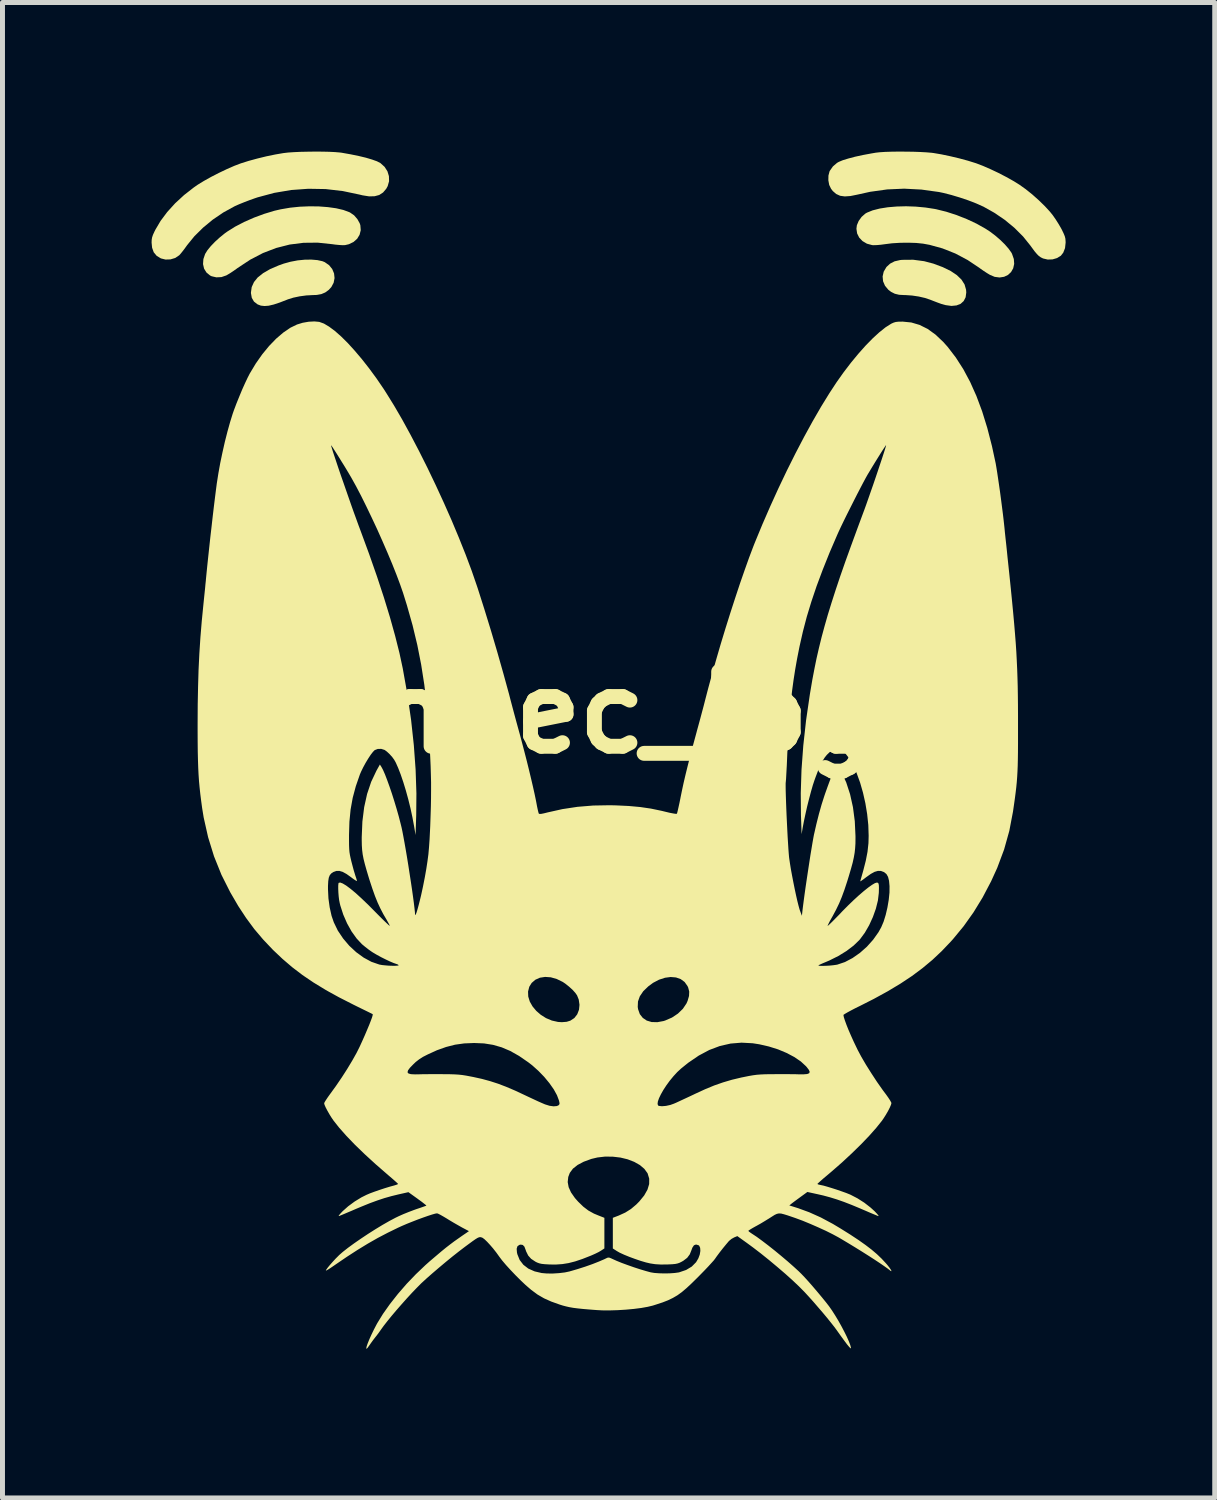
<source format=kicad_pcb>
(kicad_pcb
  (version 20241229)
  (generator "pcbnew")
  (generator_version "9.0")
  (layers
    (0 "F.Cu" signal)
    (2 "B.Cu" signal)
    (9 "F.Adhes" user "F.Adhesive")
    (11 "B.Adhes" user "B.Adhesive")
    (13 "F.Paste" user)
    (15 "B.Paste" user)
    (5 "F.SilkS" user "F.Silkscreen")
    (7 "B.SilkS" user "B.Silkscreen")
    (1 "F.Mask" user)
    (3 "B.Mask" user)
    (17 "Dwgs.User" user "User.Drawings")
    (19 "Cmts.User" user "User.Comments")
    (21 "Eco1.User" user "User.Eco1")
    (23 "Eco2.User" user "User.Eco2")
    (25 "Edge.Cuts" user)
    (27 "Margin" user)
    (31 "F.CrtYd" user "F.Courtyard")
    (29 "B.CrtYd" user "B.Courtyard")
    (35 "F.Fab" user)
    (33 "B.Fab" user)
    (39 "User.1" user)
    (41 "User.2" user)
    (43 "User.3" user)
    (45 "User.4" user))
  (footprint "fennec_logo"
    (layer "F.Cu")
    (at 9.195 11.286)
    (property "Reference" "fennec_logo" (at 0 0 0) (layer "F.SilkS") (effects (font (size 1.5 1.5) (thickness 0.3))))
    (attr board_only exclude_from_pos_files exclude_from_bom)
    (fp_poly (pts (xy 6.348 -9.081) (xy 6.534 -9.032) (xy 6.724 -8.961) (xy 6.882 -8.884) (xy 7.007 -8.8) (xy 7.1 -8.71) (xy 7.162 -8.612) (xy 7.192 -8.507) (xy 7.196 -8.452) (xy 7.183 -8.355) (xy 7.144 -8.279) (xy 7.082 -8.223) (xy 7 -8.191) (xy 6.898 -8.181) (xy 6.781 -8.197) (xy 6.697 -8.22) (xy 6.617 -8.249) (xy 6.531 -8.282) (xy 6.47 -8.306) (xy 6.366 -8.341) (xy 6.24 -8.37) (xy 6.106 -8.39) (xy 5.976 -8.399) (xy 5.954 -8.399) (xy 5.845 -8.405) (xy 5.758 -8.426) (xy 5.683 -8.464) (xy 5.629 -8.505) (xy 5.561 -8.586) (xy 5.522 -8.677) (xy 5.513 -8.774) (xy 5.535 -8.871) (xy 5.589 -8.962) (xy 5.591 -8.965) (xy 5.664 -9.032) (xy 5.753 -9.078) (xy 5.866 -9.104) (xy 5.909 -9.108) (xy 6.128 -9.11)) (stroke (width 0) (type solid)) (fill yes) (layer "F.SilkS"))
    (fp_poly (pts (xy -5.86 -9.103) (xy -5.759 -9.081) (xy -5.712 -9.062) (xy -5.624 -9.001) (xy -5.561 -8.923) (xy -5.524 -8.835) (xy -5.514 -8.741) (xy -5.532 -8.648) (xy -5.578 -8.561) (xy -5.629 -8.505) (xy -5.701 -8.452) (xy -5.779 -8.419) (xy -5.871 -8.402) (xy -5.954 -8.399) (xy -6.082 -8.392) (xy -6.216 -8.374) (xy -6.344 -8.347) (xy -6.453 -8.313) (xy -6.47 -8.306) (xy -6.617 -8.249) (xy -6.738 -8.209) (xy -6.84 -8.185) (xy -6.924 -8.179) (xy -6.997 -8.187) (xy -7.06 -8.211) (xy -7.064 -8.213) (xy -7.135 -8.268) (xy -7.179 -8.343) (xy -7.196 -8.438) (xy -7.196 -8.452) (xy -7.181 -8.56) (xy -7.135 -8.661) (xy -7.059 -8.755) (xy -6.95 -8.841) (xy -6.81 -8.922) (xy -6.638 -8.996) (xy -6.534 -9.033) (xy -6.399 -9.07) (xy -6.257 -9.097) (xy -6.115 -9.111) (xy -5.981 -9.113)) (stroke (width 0) (type solid)) (fill yes) (layer "F.SilkS"))
    (fp_poly (pts (xy -5.832 -10.183) (xy -5.65 -10.169) (xy -5.484 -10.146) (xy -5.338 -10.112) (xy -5.218 -10.068) (xy -5.199 -10.058) (xy -5.121 -10.004) (xy -5.055 -9.928) (xy -5.008 -9.843) (xy -4.995 -9.805) (xy -4.987 -9.705) (xy -5.01 -9.613) (xy -5.059 -9.532) (xy -5.133 -9.467) (xy -5.227 -9.422) (xy -5.304 -9.404) (xy -5.351 -9.403) (xy -5.421 -9.407) (xy -5.503 -9.415) (xy -5.56 -9.423) (xy -5.853 -9.454) (xy -6.138 -9.451) (xy -6.416 -9.416) (xy -6.687 -9.347) (xy -6.952 -9.246) (xy -7.211 -9.111) (xy -7.466 -8.943) (xy -7.475 -8.936) (xy -7.544 -8.887) (xy -7.613 -8.841) (xy -7.672 -8.806) (xy -7.691 -8.795) (xy -7.79 -8.761) (xy -7.892 -8.756) (xy -7.987 -8.778) (xy -8.018 -8.793) (xy -8.091 -8.853) (xy -8.139 -8.931) (xy -8.16 -9.022) (xy -8.153 -9.123) (xy -8.118 -9.226) (xy -8.116 -9.23) (xy -8.071 -9.302) (xy -8.003 -9.385) (xy -7.917 -9.474) (xy -7.819 -9.563) (xy -7.716 -9.646) (xy -7.675 -9.675) (xy -7.516 -9.775) (xy -7.333 -9.87) (xy -7.133 -9.958) (xy -6.927 -10.034) (xy -6.722 -10.096) (xy -6.596 -10.125) (xy -6.41 -10.157) (xy -6.217 -10.177) (xy -6.022 -10.185)) (stroke (width 0) (type solid)) (fill yes) (layer "F.SilkS"))
    (fp_poly (pts (xy 6.18 -10.179) (xy 6.374 -10.161) (xy 6.562 -10.132) (xy 6.596 -10.125) (xy 6.794 -10.076) (xy 7.001 -10.009) (xy 7.206 -9.928) (xy 7.401 -9.837) (xy 7.576 -9.739) (xy 7.675 -9.675) (xy 7.779 -9.596) (xy 7.88 -9.509) (xy 7.971 -9.42) (xy 8.047 -9.333) (xy 8.102 -9.256) (xy 8.116 -9.23) (xy 8.153 -9.124) (xy 8.16 -9.026) (xy 8.14 -8.937) (xy 8.097 -8.862) (xy 8.035 -8.804) (xy 7.957 -8.767) (xy 7.866 -8.753) (xy 7.767 -8.766) (xy 7.672 -8.806) (xy 7.614 -8.841) (xy 7.542 -8.888) (xy 7.472 -8.937) (xy 7.461 -8.946) (xy 7.224 -9.104) (xy 6.975 -9.236) (xy 6.718 -9.338) (xy 6.457 -9.41) (xy 6.325 -9.434) (xy 6.188 -9.448) (xy 6.031 -9.453) (xy 5.865 -9.451) (xy 5.702 -9.441) (xy 5.56 -9.423) (xy 5.477 -9.412) (xy 5.398 -9.405) (xy 5.334 -9.403) (xy 5.304 -9.404) (xy 5.197 -9.433) (xy 5.109 -9.485) (xy 5.042 -9.555) (xy 5 -9.639) (xy 4.986 -9.734) (xy 4.995 -9.805) (xy 5.031 -9.89) (xy 5.09 -9.972) (xy 5.163 -10.037) (xy 5.199 -10.058) (xy 5.313 -10.104) (xy 5.455 -10.14) (xy 5.618 -10.166) (xy 5.797 -10.181) (xy 5.986 -10.186)) (stroke (width 0) (type solid)) (fill yes) (layer "F.SilkS"))
    (fp_poly (pts (xy -5.757 -11.285) (xy -5.622 -11.282) (xy -5.503 -11.276) (xy -5.409 -11.268) (xy -5.376 -11.264) (xy -5.195 -11.232) (xy -5.029 -11.198) (xy -4.883 -11.163) (xy -4.759 -11.126) (xy -4.661 -11.091) (xy -4.593 -11.056) (xy -4.589 -11.053) (xy -4.507 -10.979) (xy -4.45 -10.89) (xy -4.42 -10.792) (xy -4.417 -10.69) (xy -4.445 -10.591) (xy -4.474 -10.538) (xy -4.538 -10.463) (xy -4.615 -10.413) (xy -4.707 -10.388) (xy -4.818 -10.385) (xy -4.95 -10.406) (xy -5.007 -10.42) (xy -5.348 -10.492) (xy -5.693 -10.532) (xy -6.041 -10.538) (xy -6.387 -10.513) (xy -6.729 -10.455) (xy -7.064 -10.365) (xy -7.12 -10.346) (xy -7.224 -10.309) (xy -7.331 -10.268) (xy -7.43 -10.228) (xy -7.512 -10.192) (xy -7.53 -10.183) (xy -7.752 -10.061) (xy -7.964 -9.917) (xy -8.159 -9.756) (xy -8.333 -9.584) (xy -8.479 -9.405) (xy -8.484 -9.398) (xy -8.533 -9.33) (xy -8.58 -9.269) (xy -8.618 -9.223) (xy -8.639 -9.2) (xy -8.719 -9.146) (xy -8.815 -9.117) (xy -8.916 -9.114) (xy -9.008 -9.137) (xy -9.093 -9.189) (xy -9.152 -9.26) (xy -9.185 -9.352) (xy -9.195 -9.455) (xy -9.193 -9.511) (xy -9.185 -9.559) (xy -9.168 -9.61) (xy -9.139 -9.674) (xy -9.119 -9.714) (xy -9.014 -9.892) (xy -8.88 -10.071) (xy -8.721 -10.246) (xy -8.541 -10.412) (xy -8.345 -10.565) (xy -8.266 -10.62) (xy -8.142 -10.696) (xy -7.997 -10.777) (xy -7.839 -10.858) (xy -7.68 -10.934) (xy -7.529 -11) (xy -7.4 -11.049) (xy -7.245 -11.098) (xy -7.069 -11.146) (xy -6.885 -11.191) (xy -6.706 -11.228) (xy -6.543 -11.256) (xy -6.542 -11.256) (xy -6.449 -11.267) (xy -6.331 -11.275) (xy -6.196 -11.281) (xy -6.051 -11.284) (xy -5.903 -11.286)) (stroke (width 0) (type solid)) (fill yes) (layer "F.SilkS"))
    (fp_poly (pts (xy 5.983 -11.285) (xy 6.13 -11.283) (xy 6.27 -11.278) (xy 6.395 -11.271) (xy 6.5 -11.262) (xy 6.539 -11.257) (xy 6.697 -11.23) (xy 6.873 -11.193) (xy 7.054 -11.15) (xy 7.228 -11.103) (xy 7.382 -11.055) (xy 7.4 -11.049) (xy 7.533 -10.998) (xy 7.684 -10.932) (xy 7.843 -10.857) (xy 7.999 -10.776) (xy 8.144 -10.695) (xy 8.265 -10.62) (xy 8.393 -10.529) (xy 8.526 -10.422) (xy 8.656 -10.306) (xy 8.777 -10.188) (xy 8.88 -10.076) (xy 8.933 -10.01) (xy 8.991 -9.928) (xy 9.05 -9.835) (xy 9.102 -9.746) (xy 9.119 -9.714) (xy 9.155 -9.639) (xy 9.178 -9.583) (xy 9.19 -9.535) (xy 9.194 -9.484) (xy 9.195 -9.455) (xy 9.183 -9.344) (xy 9.147 -9.252) (xy 9.099 -9.191) (xy 9.023 -9.144) (xy 8.931 -9.117) (xy 8.834 -9.114) (xy 8.744 -9.135) (xy 8.738 -9.137) (xy 8.696 -9.158) (xy 8.657 -9.185) (xy 8.618 -9.224) (xy 8.572 -9.278) (xy 8.516 -9.354) (xy 8.484 -9.398) (xy 8.339 -9.578) (xy 8.166 -9.751) (xy 7.971 -9.912) (xy 7.759 -10.056) (xy 7.538 -10.18) (xy 7.53 -10.183) (xy 7.394 -10.244) (xy 7.236 -10.305) (xy 7.067 -10.362) (xy 6.897 -10.413) (xy 6.737 -10.454) (xy 6.646 -10.473) (xy 6.293 -10.522) (xy 5.947 -10.54) (xy 5.605 -10.525) (xy 5.262 -10.477) (xy 5.004 -10.42) (xy 4.866 -10.392) (xy 4.752 -10.384) (xy 4.658 -10.397) (xy 4.579 -10.433) (xy 4.511 -10.492) (xy 4.475 -10.539) (xy 4.438 -10.616) (xy 4.421 -10.709) (xy 4.423 -10.804) (xy 4.445 -10.888) (xy 4.45 -10.898) (xy 4.513 -10.988) (xy 4.596 -11.059) (xy 4.631 -11.079) (xy 4.713 -11.113) (xy 4.824 -11.147) (xy 4.96 -11.183) (xy 5.116 -11.217) (xy 5.288 -11.249) (xy 5.376 -11.264) (xy 5.457 -11.273) (xy 5.566 -11.28) (xy 5.694 -11.284) (xy 5.835 -11.286)) (stroke (width 0) (type solid)) (fill yes) (layer "F.SilkS"))
    (fp_poly (pts (xy -5.822 -7.86) (xy -5.819 -7.859) (xy -5.728 -7.826) (xy -5.624 -7.764) (xy -5.507 -7.677) (xy -5.381 -7.566) (xy -5.247 -7.433) (xy -5.108 -7.28) (xy -4.964 -7.11) (xy -4.818 -6.924) (xy -4.671 -6.724) (xy -4.527 -6.513) (xy -4.475 -6.432) (xy -4.317 -6.177) (xy -4.153 -5.895) (xy -3.985 -5.588) (xy -3.815 -5.263) (xy -3.645 -4.924) (xy -3.478 -4.575) (xy -3.315 -4.221) (xy -3.159 -3.868) (xy -3.013 -3.519) (xy -2.877 -3.179) (xy -2.755 -2.853) (xy -2.649 -2.546) (xy -2.633 -2.498) (xy -2.5 -2.08) (xy -2.367 -1.648) (xy -2.238 -1.211) (xy -2.116 -0.781) (xy -2.003 -0.369) (xy -1.975 -0.26) (xy -1.939 -0.124) (xy -1.898 0.03) (xy -1.855 0.189) (xy -1.814 0.339) (xy -1.786 0.44) (xy -1.741 0.61) (xy -1.694 0.789) (xy -1.647 0.972) (xy -1.602 1.154) (xy -1.56 1.329) (xy -1.522 1.492) (xy -1.49 1.635) (xy -1.465 1.755) (xy -1.455 1.806) (xy -1.44 1.887) (xy -1.425 1.957) (xy -1.413 2.007) (xy -1.405 2.032) (xy -1.405 2.033) (xy -1.39 2.04) (xy -1.357 2.039) (xy -1.301 2.028) (xy -1.225 2.009) (xy -0.929 1.943) (xy -0.626 1.897) (xy -0.31 1.871) (xy 0.025 1.865) (xy 0.151 1.868) (xy 0.404 1.88) (xy 0.635 1.901) (xy 0.853 1.933) (xy 1.068 1.978) (xy 1.15 1.998) (xy 1.23 2.017) (xy 1.298 2.03) (xy 1.347 2.038) (xy 1.372 2.038) (xy 1.373 2.037) (xy 1.38 2.017) (xy 1.392 1.969) (xy 1.408 1.898) (xy 1.427 1.811) (xy 1.447 1.712) (xy 1.447 1.71) (xy 1.477 1.564) (xy 1.493 1.489) (xy 3.562 1.489) (xy 3.563 1.574) (xy 3.566 1.679) (xy 3.57 1.801) (xy 3.575 1.934) (xy 3.581 2.076) (xy 3.588 2.22) (xy 3.595 2.363) (xy 3.602 2.5) (xy 3.61 2.627) (xy 3.617 2.74) (xy 3.624 2.834) (xy 3.63 2.904) (xy 3.633 2.929) (xy 3.648 3.031) (xy 3.667 3.15) (xy 3.691 3.28) (xy 3.717 3.415) (xy 3.744 3.549) (xy 3.771 3.676) (xy 3.797 3.791) (xy 3.821 3.886) (xy 3.841 3.958) (xy 3.849 3.982) (xy 3.889 4.089) (xy 3.901 3.979) (xy 3.912 3.889) (xy 3.927 3.774) (xy 3.945 3.641) (xy 3.966 3.493) (xy 3.989 3.338) (xy 4.013 3.179) (xy 4.037 3.022) (xy 4.06 2.872) (xy 4.083 2.734) (xy 4.103 2.614) (xy 4.12 2.518) (xy 4.133 2.449) (xy 4.134 2.447) (xy 4.181 2.241) (xy 4.232 2.039) (xy 4.285 1.851) (xy 4.338 1.685) (xy 4.358 1.626) (xy 4.407 1.489) (xy 4.447 1.38) (xy 4.479 1.296) (xy 4.504 1.231) (xy 4.525 1.182) (xy 4.543 1.145) (xy 4.559 1.115) (xy 4.561 1.111) (xy 4.601 1.045) (xy 4.68 1.19) (xy 4.78 1.404) (xy 4.858 1.643) (xy 4.916 1.904) (xy 4.953 2.186) (xy 4.967 2.486) (xy 4.967 2.532) (xy 4.966 2.635) (xy 4.96 2.73) (xy 4.95 2.822) (xy 4.933 2.918) (xy 4.91 3.022) (xy 4.877 3.142) (xy 4.835 3.284) (xy 4.801 3.395) (xy 4.745 3.565) (xy 4.692 3.71) (xy 4.637 3.842) (xy 4.576 3.968) (xy 4.506 4.099) (xy 4.486 4.134) (xy 4.45 4.198) (xy 4.424 4.25) (xy 4.408 4.284) (xy 4.406 4.293) (xy 4.419 4.284) (xy 4.453 4.253) (xy 4.503 4.204) (xy 4.567 4.139) (xy 4.641 4.064) (xy 4.703 3.998) (xy 4.817 3.883) (xy 4.929 3.775) (xy 5.036 3.677) (xy 5.136 3.591) (xy 5.225 3.52) (xy 5.301 3.466) (xy 5.359 3.432) (xy 5.397 3.421) (xy 5.417 3.425) (xy 5.43 3.44) (xy 5.437 3.473) (xy 5.439 3.527) (xy 5.437 3.609) (xy 5.436 3.632) (xy 5.418 3.783) (xy 5.377 3.947) (xy 5.317 4.115) (xy 5.242 4.279) (xy 5.155 4.43) (xy 5.06 4.559) (xy 5.043 4.579) (xy 4.929 4.689) (xy 4.787 4.797) (xy 4.623 4.898) (xy 4.443 4.988) (xy 4.368 5.02) (xy 4.306 5.046) (xy 4.255 5.069) (xy 4.226 5.083) (xy 4.221 5.086) (xy 4.229 5.093) (xy 4.262 5.097) (xy 4.315 5.097) (xy 4.381 5.095) (xy 4.451 5.091) (xy 4.519 5.084) (xy 4.578 5.076) (xy 4.604 5.071) (xy 4.755 5.02) (xy 4.907 4.94) (xy 5.056 4.836) (xy 5.196 4.712) (xy 5.322 4.571) (xy 5.43 4.419) (xy 5.485 4.32) (xy 5.533 4.207) (xy 5.575 4.071) (xy 5.61 3.921) (xy 5.636 3.768) (xy 5.651 3.621) (xy 5.652 3.492) (xy 5.652 3.492) (xy 5.642 3.385) (xy 5.622 3.306) (xy 5.59 3.25) (xy 5.544 3.212) (xy 5.538 3.209) (xy 5.479 3.187) (xy 5.419 3.186) (xy 5.352 3.205) (xy 5.275 3.247) (xy 5.181 3.314) (xy 5.177 3.317) (xy 5.126 3.356) (xy 5.086 3.384) (xy 5.065 3.397) (xy 5.063 3.397) (xy 5.067 3.379) (xy 5.08 3.334) (xy 5.098 3.27) (xy 5.12 3.193) (xy 5.123 3.182) (xy 5.174 2.983) (xy 5.209 2.802) (xy 5.228 2.629) (xy 5.232 2.48) (xy 5.225 2.263) (xy 5.202 2.044) (xy 5.166 1.825) (xy 5.118 1.612) (xy 5.06 1.41) (xy 4.992 1.223) (xy 4.916 1.056) (xy 4.833 0.913) (xy 4.745 0.798) (xy 4.74 0.793) (xy 4.675 0.742) (xy 4.606 0.725) (xy 4.532 0.741) (xy 4.454 0.791) (xy 4.391 0.851) (xy 4.348 0.905) (xy 4.306 0.971) (xy 4.263 1.054) (xy 4.218 1.159) (xy 4.168 1.29) (xy 4.144 1.356) (xy 4.109 1.461) (xy 4.072 1.59) (xy 4.033 1.737) (xy 3.994 1.892) (xy 3.959 2.048) (xy 3.928 2.195) (xy 3.906 2.311) (xy 3.883 2.447) (xy 3.87 2.066) (xy 3.866 1.621) (xy 3.881 1.152) (xy 3.917 0.663) (xy 3.973 0.156) (xy 4.049 -0.365) (xy 4.099 -0.66) (xy 4.14 -0.875) (xy 4.183 -1.087) (xy 4.232 -1.3) (xy 4.285 -1.516) (xy 4.345 -1.738) (xy 4.411 -1.969) (xy 4.486 -2.212) (xy 4.569 -2.47) (xy 4.661 -2.745) (xy 4.764 -3.04) (xy 4.879 -3.358) (xy 5.005 -3.702) (xy 5.114 -3.996) (xy 5.148 -4.087) (xy 5.187 -4.195) (xy 5.229 -4.315) (xy 5.274 -4.444) (xy 5.321 -4.578) (xy 5.367 -4.713) (xy 5.412 -4.846) (xy 5.454 -4.972) (xy 5.493 -5.088) (xy 5.526 -5.189) (xy 5.553 -5.273) (xy 5.572 -5.335) (xy 5.582 -5.371) (xy 5.582 -5.379) (xy 5.572 -5.367) (xy 5.548 -5.331) (xy 5.511 -5.275) (xy 5.466 -5.204) (xy 5.415 -5.122) (xy 5.361 -5.035) (xy 5.307 -4.947) (xy 5.256 -4.862) (xy 5.21 -4.786) (xy 5.209 -4.784) (xy 5.172 -4.718) (xy 5.123 -4.627) (xy 5.065 -4.516) (xy 5 -4.391) (xy 4.932 -4.257) (xy 4.863 -4.12) (xy 4.795 -3.985) (xy 4.732 -3.857) (xy 4.677 -3.743) (xy 4.632 -3.647) (xy 4.605 -3.587) (xy 4.446 -3.218) (xy 4.307 -2.871) (xy 4.185 -2.544) (xy 4.079 -2.23) (xy 3.987 -1.927) (xy 3.909 -1.629) (xy 3.842 -1.333) (xy 3.836 -1.304) (xy 3.792 -1.081) (xy 3.754 -0.866) (xy 3.721 -0.655) (xy 3.692 -0.441) (xy 3.667 -0.221) (xy 3.646 0.011) (xy 3.627 0.26) (xy 3.61 0.53) (xy 3.595 0.828) (xy 3.59 0.948) (xy 3.585 1.065) (xy 3.579 1.172) (xy 3.574 1.265) (xy 3.57 1.337) (xy 3.566 1.384) (xy 3.564 1.399) (xy 3.562 1.429) (xy 3.562 1.489) (xy 1.493 1.489) (xy 1.51 1.411) (xy 1.548 1.248) (xy 1.592 1.07) (xy 1.642 0.873) (xy 1.7 0.653) (xy 1.767 0.406) (xy 1.778 0.364) (xy 1.812 0.24) (xy 1.845 0.119) (xy 1.875 0.006) (xy 1.901 -0.091) (xy 1.921 -0.167) (xy 1.93 -0.203) (xy 2.001 -0.477) (xy 2.08 -0.768) (xy 2.166 -1.071) (xy 2.256 -1.38) (xy 2.351 -1.692) (xy 2.448 -2.001) (xy 2.546 -2.303) (xy 2.642 -2.593) (xy 2.737 -2.866) (xy 2.827 -3.118) (xy 2.912 -3.343) (xy 2.943 -3.421) (xy 3.093 -3.784) (xy 3.252 -4.149) (xy 3.417 -4.512) (xy 3.587 -4.869) (xy 3.76 -5.215) (xy 3.934 -5.548) (xy 4.107 -5.863) (xy 4.277 -6.157) (xy 4.442 -6.425) (xy 4.587 -6.646) (xy 4.731 -6.849) (xy 4.878 -7.041) (xy 5.026 -7.22) (xy 5.172 -7.384) (xy 5.313 -7.528) (xy 5.447 -7.651) (xy 5.571 -7.75) (xy 5.683 -7.821) (xy 5.69 -7.825) (xy 5.734 -7.845) (xy 5.778 -7.858) (xy 5.833 -7.864) (xy 5.911 -7.865) (xy 5.918 -7.865) (xy 6.09 -7.848) (xy 6.256 -7.799) (xy 6.419 -7.718) (xy 6.578 -7.603) (xy 6.734 -7.455) (xy 6.82 -7.359) (xy 6.985 -7.144) (xy 7.136 -6.909) (xy 7.274 -6.651) (xy 7.4 -6.369) (xy 7.515 -6.061) (xy 7.619 -5.725) (xy 7.713 -5.36) (xy 7.788 -5.012) (xy 7.8 -4.942) (xy 7.816 -4.843) (xy 7.834 -4.723) (xy 7.854 -4.587) (xy 7.875 -4.441) (xy 7.895 -4.291) (xy 7.914 -4.143) (xy 7.932 -4.003) (xy 7.947 -3.876) (xy 7.958 -3.776) (xy 7.965 -3.711) (xy 7.974 -3.618) (xy 7.986 -3.505) (xy 8 -3.379) (xy 8.014 -3.245) (xy 8.026 -3.124) (xy 8.06 -2.805) (xy 8.09 -2.515) (xy 8.116 -2.253) (xy 8.139 -2.014) (xy 8.159 -1.794) (xy 8.176 -1.592) (xy 8.191 -1.402) (xy 8.203 -1.222) (xy 8.212 -1.048) (xy 8.22 -0.877) (xy 8.226 -0.705) (xy 8.231 -0.529) (xy 8.234 -0.345) (xy 8.236 -0.151) (xy 8.237 0.058) (xy 8.237 0.212) (xy 8.237 0.435) (xy 8.237 0.628) (xy 8.236 0.796) (xy 8.234 0.943) (xy 8.231 1.072) (xy 8.226 1.189) (xy 8.22 1.297) (xy 8.212 1.401) (xy 8.202 1.504) (xy 8.189 1.612) (xy 8.174 1.728) (xy 8.156 1.856) (xy 8.135 2) (xy 8.134 2.004) (xy 8.062 2.381) (xy 7.957 2.756) (xy 7.819 3.125) (xy 7.696 3.395) (xy 7.524 3.722) (xy 7.341 4.021) (xy 7.144 4.298) (xy 6.928 4.56) (xy 6.882 4.611) (xy 6.702 4.8) (xy 6.515 4.976) (xy 6.316 5.142) (xy 6.103 5.301) (xy 5.871 5.455) (xy 5.616 5.608) (xy 5.335 5.762) (xy 5.059 5.902) (xy 4.961 5.95) (xy 4.875 5.995) (xy 4.805 6.033) (xy 4.754 6.063) (xy 4.727 6.081) (xy 4.725 6.085) (xy 4.732 6.127) (xy 4.753 6.193) (xy 4.785 6.281) (xy 4.826 6.384) (xy 4.875 6.497) (xy 4.929 6.617) (xy 4.987 6.738) (xy 5.008 6.782) (xy 5.084 6.925) (xy 5.178 7.086) (xy 5.285 7.256) (xy 5.399 7.43) (xy 5.517 7.598) (xy 5.583 7.686) (xy 5.627 7.748) (xy 5.663 7.803) (xy 5.685 7.843) (xy 5.69 7.858) (xy 5.681 7.893) (xy 5.657 7.949) (xy 5.622 8.017) (xy 5.58 8.09) (xy 5.535 8.161) (xy 5.5 8.212) (xy 5.384 8.357) (xy 5.243 8.516) (xy 5.079 8.687) (xy 4.896 8.866) (xy 4.697 9.051) (xy 4.484 9.237) (xy 4.391 9.316) (xy 4.324 9.372) (xy 4.267 9.422) (xy 4.226 9.459) (xy 4.203 9.481) (xy 4.201 9.485) (xy 4.215 9.494) (xy 4.252 9.503) (xy 4.27 9.507) (xy 4.323 9.518) (xy 4.4 9.54) (xy 4.492 9.568) (xy 4.592 9.6) (xy 4.69 9.634) (xy 4.78 9.666) (xy 4.852 9.695) (xy 4.87 9.703) (xy 5.007 9.774) (xy 5.145 9.862) (xy 5.271 9.96) (xy 5.351 10.033) (xy 5.401 10.086) (xy 5.428 10.118) (xy 5.43 10.131) (xy 5.419 10.129) (xy 5.39 10.117) (xy 5.336 10.095) (xy 5.262 10.064) (xy 5.174 10.026) (xy 5.078 9.985) (xy 5.072 9.982) (xy 4.892 9.907) (xy 4.735 9.846) (xy 4.592 9.796) (xy 4.456 9.754) (xy 4.319 9.717) (xy 4.214 9.693) (xy 3.999 9.646) (xy 3.867 9.742) (xy 3.803 9.789) (xy 3.743 9.833) (xy 3.698 9.867) (xy 3.685 9.877) (xy 3.636 9.917) (xy 3.812 9.972) (xy 4.036 10.054) (xy 4.268 10.158) (xy 4.511 10.288) (xy 4.668 10.382) (xy 4.86 10.502) (xy 5.025 10.611) (xy 5.168 10.712) (xy 5.291 10.806) (xy 5.398 10.897) (xy 5.493 10.988) (xy 5.58 11.082) (xy 5.607 11.113) (xy 5.648 11.165) (xy 5.677 11.207) (xy 5.69 11.233) (xy 5.687 11.241) (xy 5.664 11.227) (xy 5.66 11.223) (xy 5.614 11.187) (xy 5.542 11.136) (xy 5.45 11.073) (xy 5.341 11.001) (xy 5.22 10.923) (xy 5.09 10.841) (xy 4.956 10.758) (xy 4.823 10.677) (xy 4.694 10.6) (xy 4.624 10.559) (xy 4.509 10.497) (xy 4.371 10.428) (xy 4.218 10.358) (xy 4.06 10.289) (xy 3.905 10.225) (xy 3.762 10.172) (xy 3.701 10.151) (xy 3.601 10.117) (xy 3.526 10.094) (xy 3.47 10.08) (xy 3.425 10.078) (xy 3.384 10.087) (xy 3.341 10.107) (xy 3.287 10.141) (xy 3.215 10.187) (xy 3.214 10.187) (xy 3.143 10.231) (xy 3.058 10.282) (xy 2.974 10.329) (xy 2.955 10.339) (xy 2.893 10.374) (xy 2.845 10.403) (xy 2.816 10.423) (xy 2.811 10.428) (xy 2.824 10.443) (xy 2.858 10.468) (xy 2.891 10.49) (xy 2.982 10.55) (xy 3.091 10.63) (xy 3.213 10.723) (xy 3.343 10.826) (xy 3.474 10.934) (xy 3.602 11.042) (xy 3.72 11.146) (xy 3.824 11.241) (xy 3.878 11.294) (xy 3.943 11.362) (xy 4.022 11.449) (xy 4.111 11.551) (xy 4.203 11.659) (xy 4.293 11.767) (xy 4.375 11.868) (xy 4.437 11.948) (xy 4.495 12.031) (xy 4.557 12.128) (xy 4.621 12.234) (xy 4.683 12.345) (xy 4.741 12.455) (xy 4.792 12.558) (xy 4.833 12.65) (xy 4.862 12.726) (xy 4.876 12.78) (xy 4.876 12.791) (xy 4.868 12.791) (xy 4.841 12.765) (xy 4.797 12.712) (xy 4.738 12.633) (xy 4.663 12.53) (xy 4.589 12.426) (xy 4.541 12.361) (xy 4.474 12.276) (xy 4.394 12.177) (xy 4.305 12.07) (xy 4.211 11.961) (xy 4.118 11.853) (xy 4.03 11.755) (xy 3.952 11.67) (xy 3.935 11.652) (xy 3.827 11.543) (xy 3.697 11.42) (xy 3.55 11.288) (xy 3.391 11.152) (xy 3.227 11.015) (xy 3.064 10.884) (xy 2.905 10.762) (xy 2.781 10.671) (xy 2.59 10.534) (xy 2.527 10.56) (xy 2.473 10.59) (xy 2.422 10.632) (xy 2.416 10.639) (xy 2.361 10.704) (xy 2.297 10.782) (xy 2.233 10.864) (xy 2.177 10.939) (xy 2.142 10.989) (xy 2.116 11.023) (xy 2.069 11.075) (xy 2.007 11.143) (xy 1.933 11.221) (xy 1.85 11.306) (xy 1.795 11.362) (xy 1.673 11.482) (xy 1.568 11.58) (xy 1.474 11.66) (xy 1.384 11.725) (xy 1.293 11.778) (xy 1.196 11.825) (xy 1.086 11.868) (xy 0.958 11.91) (xy 0.889 11.932) (xy 0.785 11.957) (xy 0.656 11.98) (xy 0.507 11.999) (xy 0.346 12.014) (xy 0.181 12.024) (xy 0.02 12.029) (xy -0.131 12.028) (xy -0.241 12.022) (xy -0.396 12.01) (xy -0.523 11.999) (xy -0.627 11.988) (xy -0.713 11.977) (xy -0.787 11.964) (xy -0.854 11.949) (xy -0.919 11.932) (xy -0.986 11.911) (xy -1.154 11.851) (xy -1.299 11.786) (xy -1.43 11.71) (xy -1.557 11.616) (xy -1.671 11.518) (xy -1.772 11.422) (xy -1.875 11.319) (xy -1.974 11.215) (xy -2.065 11.115) (xy -2.142 11.024) (xy -2.199 10.949) (xy -2.206 10.939) (xy -2.26 10.864) (xy -2.319 10.789) (xy -1.85 10.789) (xy -1.844 10.864) (xy -1.836 10.899) (xy -1.789 11.015) (xy -1.715 11.111) (xy -1.615 11.188) (xy -1.488 11.244) (xy -1.346 11.277) (xy -1.245 11.286) (xy -1.124 11.287) (xy -0.999 11.279) (xy -0.881 11.265) (xy -0.787 11.245) (xy -0.629 11.199) (xy -0.472 11.149) (xy -0.325 11.097) (xy -0.193 11.045) (xy -0.084 10.998) (xy -0.048 10.98) (xy -0.017 10.967) (xy 0.011 10.966) (xy 0.048 10.98) (xy 0.08 10.995) (xy 0.16 11.031) (xy 0.263 11.073) (xy 0.383 11.117) (xy 0.511 11.162) (xy 0.637 11.203) (xy 0.755 11.238) (xy 0.847 11.263) (xy 0.919 11.275) (xy 1.015 11.282) (xy 1.122 11.285) (xy 1.231 11.283) (xy 1.33 11.276) (xy 1.409 11.265) (xy 1.422 11.262) (xy 1.56 11.215) (xy 1.673 11.147) (xy 1.76 11.059) (xy 1.806 10.981) (xy 1.834 10.905) (xy 1.846 10.832) (xy 1.842 10.771) (xy 1.823 10.728) (xy 1.81 10.718) (xy 1.759 10.703) (xy 1.717 10.719) (xy 1.685 10.767) (xy 1.669 10.811) (xy 1.633 10.901) (xy 1.581 10.971) (xy 1.505 11.029) (xy 1.472 11.048) (xy 1.429 11.07) (xy 1.389 11.084) (xy 1.343 11.094) (xy 1.281 11.1) (xy 1.195 11.104) (xy 1.187 11.104) (xy 1.053 11.106) (xy 0.938 11.099) (xy 0.838 11.084) (xy 0.749 11.063) (xy 0.644 11.032) (xy 0.53 10.993) (xy 0.416 10.951) (xy 0.311 10.908) (xy 0.222 10.867) (xy 0.166 10.835) (xy 0.085 10.783) (xy 0.085 10.475) (xy 0.085 10.166) (xy 0.207 10.119) (xy 0.336 10.06) (xy 0.449 9.989) (xy 0.557 9.898) (xy 0.619 9.835) (xy 0.716 9.716) (xy 0.782 9.599) (xy 0.816 9.487) (xy 0.817 9.379) (xy 0.786 9.277) (xy 0.783 9.269) (xy 0.719 9.181) (xy 0.628 9.104) (xy 0.515 9.04) (xy 0.383 8.989) (xy 0.239 8.954) (xy 0.086 8.936) (xy -0.07 8.934) (xy -0.225 8.952) (xy -0.347 8.981) (xy -0.502 9.038) (xy -0.625 9.103) (xy -0.718 9.177) (xy -0.781 9.262) (xy -0.812 9.344) (xy -0.823 9.447) (xy -0.804 9.55) (xy -0.756 9.656) (xy -0.677 9.769) (xy -0.613 9.841) (xy -0.51 9.941) (xy -0.408 10.019) (xy -0.296 10.081) (xy -0.207 10.118) (xy -0.085 10.166) (xy -0.085 10.474) (xy -0.085 10.782) (xy -0.152 10.826) (xy -0.199 10.854) (xy -0.266 10.887) (xy -0.34 10.92) (xy -0.359 10.928) (xy -0.527 10.994) (xy -0.673 11.043) (xy -0.806 11.077) (xy -0.931 11.097) (xy -1.058 11.106) (xy -1.192 11.105) (xy -1.201 11.104) (xy -1.287 11.099) (xy -1.35 11.092) (xy -1.397 11.081) (xy -1.44 11.065) (xy -1.473 11.048) (xy -1.559 10.991) (xy -1.618 10.925) (xy -1.659 10.842) (xy -1.669 10.812) (xy -1.694 10.746) (xy -1.727 10.712) (xy -1.769 10.705) (xy -1.796 10.711) (xy -1.834 10.738) (xy -1.85 10.789) (xy -2.319 10.789) (xy -2.321 10.786) (xy -2.384 10.713) (xy -2.444 10.648) (xy -2.495 10.599) (xy -2.533 10.57) (xy -2.539 10.567) (xy -2.563 10.558) (xy -2.584 10.554) (xy -2.608 10.558) (xy -2.638 10.571) (xy -2.679 10.596) (xy -2.735 10.635) (xy -2.81 10.69) (xy -2.89 10.749) (xy -3.008 10.839) (xy -3.14 10.943) (xy -3.277 11.055) (xy -3.414 11.17) (xy -3.545 11.282) (xy -3.662 11.385) (xy -3.76 11.475) (xy -3.774 11.488) (xy -3.859 11.574) (xy -3.956 11.675) (xy -4.06 11.788) (xy -4.166 11.907) (xy -4.27 12.026) (xy -4.368 12.142) (xy -4.454 12.248) (xy -4.525 12.339) (xy -4.572 12.404) (xy -4.617 12.468) (xy -4.667 12.535) (xy -4.691 12.565) (xy -4.736 12.623) (xy -4.785 12.691) (xy -4.815 12.734) (xy -4.85 12.783) (xy -4.871 12.802) (xy -4.876 12.793) (xy -4.868 12.753) (xy -4.846 12.689) (xy -4.813 12.608) (xy -4.771 12.515) (xy -4.723 12.416) (xy -4.672 12.318) (xy -4.654 12.285) (xy -4.539 12.098) (xy -4.399 11.9) (xy -4.239 11.697) (xy -4.064 11.495) (xy -3.877 11.3) (xy -3.685 11.117) (xy -3.595 11.037) (xy -3.469 10.93) (xy -3.364 10.841) (xy -3.272 10.766) (xy -3.188 10.701) (xy -3.107 10.64) (xy -3.023 10.581) (xy -2.952 10.531) (xy -2.81 10.434) (xy -2.95 10.36) (xy -3.026 10.317) (xy -3.117 10.265) (xy -3.209 10.21) (xy -3.257 10.18) (xy -3.326 10.139) (xy -3.386 10.105) (xy -3.43 10.083) (xy -3.452 10.076) (xy -3.489 10.082) (xy -3.552 10.1) (xy -3.635 10.127) (xy -3.732 10.161) (xy -3.839 10.2) (xy -3.949 10.243) (xy -4.057 10.286) (xy -4.157 10.329) (xy -4.234 10.364) (xy -4.441 10.465) (xy -4.642 10.57) (xy -4.842 10.684) (xy -5.047 10.809) (xy -5.265 10.95) (xy -5.5 11.11) (xy -5.539 11.137) (xy -5.599 11.178) (xy -5.648 11.209) (xy -5.68 11.226) (xy -5.69 11.227) (xy -5.678 11.205) (xy -5.648 11.164) (xy -5.604 11.111) (xy -5.55 11.05) (xy -5.492 10.987) (xy -5.433 10.928) (xy -5.425 10.919) (xy -5.347 10.851) (xy -5.244 10.77) (xy -5.122 10.681) (xy -4.986 10.587) (xy -4.842 10.491) (xy -4.694 10.397) (xy -4.549 10.309) (xy -4.411 10.23) (xy -4.286 10.164) (xy -4.222 10.133) (xy -4.132 10.093) (xy -4.026 10.05) (xy -3.92 10.01) (xy -3.864 9.99) (xy -3.789 9.965) (xy -3.727 9.943) (xy -3.684 9.928) (xy -3.666 9.92) (xy -3.666 9.92) (xy -3.677 9.909) (xy -3.711 9.882) (xy -3.762 9.842) (xy -3.827 9.795) (xy -3.844 9.782) (xy -4.028 9.65) (xy -4.228 9.695) (xy -4.371 9.73) (xy -4.509 9.769) (xy -4.651 9.816) (xy -4.804 9.872) (xy -4.974 9.941) (xy -5.072 9.982) (xy -5.169 10.024) (xy -5.257 10.061) (xy -5.332 10.093) (xy -5.388 10.116) (xy -5.418 10.128) (xy -5.419 10.129) (xy -5.432 10.129) (xy -5.422 10.111) (xy -5.389 10.073) (xy -5.351 10.033) (xy -5.241 9.935) (xy -5.111 9.839) (xy -4.972 9.754) (xy -4.87 9.703) (xy -4.802 9.674) (xy -4.71 9.64) (xy -4.606 9.604) (xy -4.5 9.569) (xy -4.401 9.539) (xy -4.32 9.517) (xy -4.313 9.515) (xy -4.268 9.501) (xy -4.24 9.489) (xy -4.237 9.483) (xy -4.251 9.468) (xy -4.286 9.436) (xy -4.338 9.39) (xy -4.402 9.335) (xy -4.437 9.305) (xy -4.681 9.093) (xy -4.903 8.89) (xy -5.102 8.698) (xy -5.275 8.518) (xy -5.422 8.352) (xy -5.532 8.213) (xy -5.574 8.152) (xy -5.617 8.083) (xy -5.658 8.011) (xy -5.692 7.946) (xy -5.715 7.894) (xy -5.723 7.863) (xy -5.714 7.839) (xy -5.687 7.796) (xy -5.649 7.739) (xy -5.608 7.682) (xy -5.487 7.515) (xy -5.369 7.342) (xy -5.302 7.238) (xy -4.046 7.238) (xy -4.027 7.262) (xy -3.977 7.276) (xy -3.895 7.28) (xy -3.823 7.279) (xy -3.748 7.277) (xy -3.649 7.276) (xy -3.535 7.275) (xy -3.415 7.275) (xy -3.319 7.276) (xy -3.197 7.277) (xy -3.1 7.28) (xy -3.019 7.285) (xy -2.944 7.293) (xy -2.867 7.305) (xy -2.778 7.322) (xy -2.726 7.332) (xy -2.549 7.371) (xy -2.384 7.416) (xy -2.223 7.468) (xy -2.058 7.531) (xy -1.88 7.607) (xy -1.722 7.681) (xy -1.616 7.731) (xy -1.513 7.779) (xy -1.421 7.822) (xy -1.344 7.856) (xy -1.29 7.879) (xy -1.278 7.884) (xy -1.188 7.912) (xy -1.106 7.923) (xy -1.041 7.917) (xy -1.009 7.903) (xy -0.992 7.885) (xy -0.99 7.877) (xy 0.985 7.877) (xy 0.998 7.908) (xy 1.01 7.914) (xy 1.073 7.921) (xy 1.155 7.914) (xy 1.242 7.895) (xy 1.312 7.87) (xy 1.359 7.85) (xy 1.43 7.817) (xy 1.518 7.776) (xy 1.617 7.73) (xy 1.721 7.681) (xy 1.735 7.674) (xy 1.939 7.58) (xy 2.125 7.503) (xy 2.303 7.441) (xy 2.482 7.388) (xy 2.671 7.343) (xy 2.726 7.332) (xy 2.824 7.312) (xy 2.906 7.298) (xy 2.981 7.288) (xy 3.058 7.282) (xy 3.146 7.278) (xy 3.254 7.276) (xy 3.319 7.276) (xy 3.436 7.275) (xy 3.556 7.275) (xy 3.668 7.276) (xy 3.764 7.277) (xy 3.823 7.279) (xy 3.925 7.279) (xy 3.995 7.273) (xy 4.035 7.257) (xy 4.046 7.23) (xy 4.03 7.191) (xy 3.989 7.137) (xy 3.971 7.116) (xy 3.868 7.021) (xy 3.736 6.931) (xy 3.581 6.849) (xy 3.409 6.777) (xy 3.224 6.719) (xy 3.033 6.675) (xy 2.899 6.654) (xy 2.674 6.642) (xy 2.455 6.66) (xy 2.239 6.709) (xy 2.026 6.789) (xy 1.814 6.902) (xy 1.6 7.048) (xy 1.459 7.162) (xy 1.381 7.234) (xy 1.304 7.318) (xy 1.23 7.408) (xy 1.162 7.501) (xy 1.102 7.593) (xy 1.052 7.681) (xy 1.014 7.76) (xy 0.991 7.826) (xy 0.985 7.877) (xy -0.99 7.877) (xy -0.987 7.861) (xy -0.996 7.818) (xy -0.999 7.805) (xy -1.039 7.699) (xy -1.104 7.581) (xy -1.191 7.457) (xy -1.295 7.331) (xy -1.412 7.21) (xy -1.537 7.098) (xy -1.616 7.037) (xy -1.802 6.909) (xy -1.979 6.809) (xy -2.151 6.736) (xy -2.325 6.686) (xy -2.507 6.657) (xy -2.702 6.649) (xy -2.709 6.649) (xy -2.906 6.657) (xy -3.09 6.683) (xy -3.27 6.729) (xy -3.455 6.795) (xy -3.639 6.879) (xy -3.737 6.929) (xy -3.813 6.978) (xy -3.882 7.032) (xy -3.931 7.079) (xy -3.998 7.148) (xy -4.036 7.2) (xy -4.046 7.238) (xy -5.302 7.238) (xy -5.258 7.169) (xy -5.158 7.003) (xy -5.072 6.85) (xy -5.011 6.728) (xy -4.956 6.608) (xy -4.904 6.491) (xy -4.857 6.38) (xy -4.815 6.28) (xy -4.782 6.195) (xy -4.758 6.129) (xy -4.746 6.085) (xy -4.746 6.069) (xy -4.761 6.061) (xy -4.803 6.04) (xy -4.868 6.008) (xy -4.95 5.968) (xy -5.046 5.921) (xy -5.131 5.879) (xy -5.427 5.728) (xy -5.634 5.614) (xy -1.621 5.614) (xy -1.617 5.714) (xy -1.586 5.815) (xy -1.531 5.912) (xy -1.456 6.002) (xy -1.364 6.082) (xy -1.259 6.148) (xy -1.142 6.197) (xy -1.018 6.225) (xy -0.94 6.23) (xy -0.843 6.222) (xy -0.769 6.199) (xy -0.689 6.146) (xy -0.631 6.071) (xy -0.596 5.98) (xy -0.59 5.923) (xy 0.586 5.923) (xy 0.593 5.969) (xy 0.628 6.068) (xy 0.688 6.144) (xy 0.768 6.198) (xy 0.866 6.227) (xy 0.98 6.23) (xy 1.105 6.207) (xy 1.139 6.196) (xy 1.275 6.137) (xy 1.395 6.057) (xy 1.494 5.961) (xy 1.566 5.854) (xy 1.589 5.802) (xy 1.618 5.702) (xy 1.622 5.615) (xy 1.601 5.533) (xy 1.587 5.503) (xy 1.529 5.421) (xy 1.45 5.363) (xy 1.356 5.33) (xy 1.249 5.321) (xy 1.135 5.336) (xy 1.015 5.375) (xy 0.895 5.438) (xy 0.8 5.508) (xy 0.697 5.607) (xy 0.628 5.709) (xy 0.591 5.813) (xy 0.586 5.923) (xy -0.59 5.923) (xy -0.586 5.879) (xy -0.601 5.775) (xy -0.635 5.69) (xy -0.671 5.639) (xy -0.727 5.577) (xy -0.797 5.514) (xy -0.871 5.455) (xy -0.923 5.42) (xy -1.044 5.361) (xy -1.163 5.327) (xy -1.277 5.319) (xy -1.382 5.335) (xy -1.474 5.376) (xy -1.548 5.44) (xy -1.596 5.517) (xy -1.621 5.614) (xy -5.634 5.614) (xy -5.694 5.58) (xy -5.937 5.432) (xy -6.16 5.281) (xy -6.367 5.123) (xy -6.562 4.956) (xy -6.751 4.777) (xy -6.757 4.771) (xy -6.951 4.566) (xy -7.129 4.356) (xy -7.293 4.134) (xy -7.452 3.892) (xy -7.608 3.624) (xy -7.609 3.623) (xy -7.643 3.556) (xy -5.646 3.556) (xy -5.637 3.739) (xy -5.612 3.92) (xy -5.574 4.09) (xy -5.529 4.221) (xy -5.448 4.388) (xy -5.342 4.546) (xy -5.217 4.693) (xy -5.078 4.822) (xy -4.928 4.931) (xy -4.773 5.015) (xy -4.617 5.069) (xy -4.614 5.07) (xy -4.56 5.08) (xy -4.493 5.087) (xy -4.421 5.093) (xy -4.351 5.095) (xy -4.29 5.095) (xy -4.245 5.092) (xy -4.224 5.086) (xy -4.224 5.082) (xy -4.246 5.067) (xy -4.278 5.056) (xy -4.329 5.038) (xy -4.402 5.007) (xy -4.486 4.967) (xy -4.576 4.922) (xy -4.661 4.876) (xy -4.734 4.833) (xy -4.758 4.818) (xy -4.828 4.769) (xy -4.9 4.713) (xy -4.96 4.663) (xy -4.961 4.663) (xy -5.069 4.547) (xy -5.171 4.405) (xy -5.262 4.242) (xy -5.339 4.065) (xy -5.398 3.882) (xy -5.41 3.833) (xy -5.422 3.772) (xy -5.431 3.698) (xy -5.437 3.62) (xy -5.44 3.546) (xy -5.44 3.483) (xy -5.436 3.441) (xy -5.431 3.427) (xy -5.401 3.42) (xy -5.35 3.439) (xy -5.28 3.481) (xy -5.193 3.546) (xy -5.089 3.632) (xy -4.971 3.74) (xy -4.838 3.867) (xy -4.729 3.977) (xy -4.644 4.063) (xy -4.567 4.14) (xy -4.502 4.204) (xy -4.45 4.253) (xy -4.417 4.283) (xy -4.403 4.293) (xy -4.403 4.292) (xy -4.411 4.27) (xy -4.433 4.229) (xy -4.463 4.176) (xy -4.463 4.175) (xy -4.533 4.056) (xy -4.593 3.94) (xy -4.648 3.822) (xy -4.7 3.693) (xy -4.752 3.547) (xy -4.808 3.377) (xy -4.826 3.319) (xy -4.87 3.172) (xy -4.904 3.051) (xy -4.93 2.947) (xy -4.948 2.854) (xy -4.959 2.765) (xy -4.965 2.674) (xy -4.967 2.572) (xy -4.967 2.506) (xy -4.954 2.193) (xy -4.918 1.904) (xy -4.859 1.638) (xy -4.777 1.394) (xy -4.671 1.17) (xy -4.662 1.154) (xy -4.602 1.046) (xy -4.571 1.094) (xy -4.538 1.156) (xy -4.499 1.245) (xy -4.456 1.357) (xy -4.409 1.487) (xy -4.36 1.631) (xy -4.312 1.783) (xy -4.265 1.939) (xy -4.221 2.094) (xy -4.183 2.242) (xy -4.166 2.311) (xy -4.149 2.391) (xy -4.129 2.496) (xy -4.106 2.622) (xy -4.081 2.764) (xy -4.055 2.918) (xy -4.029 3.079) (xy -4.004 3.242) (xy -3.979 3.403) (xy -3.956 3.557) (xy -3.936 3.7) (xy -3.919 3.827) (xy -3.906 3.934) (xy -3.897 4.017) (xy -3.894 4.063) (xy -3.889 4.076) (xy -3.879 4.06) (xy -3.863 4.019) (xy -3.844 3.956) (xy -3.822 3.875) (xy -3.798 3.781) (xy -3.773 3.678) (xy -3.749 3.568) (xy -3.734 3.498) (xy -3.697 3.31) (xy -3.668 3.146) (xy -3.645 2.996) (xy -3.626 2.853) (xy -3.613 2.706) (xy -3.602 2.548) (xy -3.593 2.368) (xy -3.589 2.286) (xy -3.582 2.08) (xy -3.576 1.894) (xy -3.573 1.723) (xy -3.572 1.562) (xy -3.572 1.404) (xy -3.576 1.244) (xy -3.581 1.076) (xy -3.589 0.895) (xy -3.6 0.696) (xy -3.614 0.472) (xy -3.625 0.305) (xy -3.66 -0.139) (xy -3.708 -0.559) (xy -3.771 -0.963) (xy -3.849 -1.359) (xy -3.944 -1.755) (xy -4.058 -2.158) (xy -4.135 -2.405) (xy -4.194 -2.575) (xy -4.267 -2.77) (xy -4.352 -2.984) (xy -4.447 -3.211) (xy -4.549 -3.446) (xy -4.655 -3.684) (xy -4.765 -3.919) (xy -4.874 -4.146) (xy -4.98 -4.36) (xy -5.082 -4.555) (xy -5.177 -4.726) (xy -5.181 -4.733) (xy -5.22 -4.799) (xy -5.267 -4.878) (xy -5.319 -4.964) (xy -5.374 -5.052) (xy -5.427 -5.138) (xy -5.477 -5.218) (xy -5.521 -5.286) (xy -5.555 -5.339) (xy -5.577 -5.37) (xy -5.584 -5.378) (xy -5.581 -5.36) (xy -5.567 -5.314) (xy -5.545 -5.243) (xy -5.514 -5.15) (xy -5.477 -5.039) (xy -5.435 -4.913) (xy -5.388 -4.775) (xy -5.337 -4.63) (xy -5.285 -4.48) (xy -5.232 -4.328) (xy -5.18 -4.179) (xy -5.129 -4.035) (xy -5.08 -3.901) (xy -5.036 -3.779) (xy -4.997 -3.675) (xy -4.82 -3.194) (xy -4.661 -2.74) (xy -4.521 -2.315) (xy -4.399 -1.916) (xy -4.295 -1.543) (xy -4.208 -1.197) (xy -4.142 -0.889) (xy -4.049 -0.369) (xy -3.974 0.148) (xy -3.919 0.656) (xy -3.883 1.15) (xy -3.867 1.627) (xy -3.871 2.066) (xy -3.884 2.464) (xy -3.914 2.286) (xy -3.947 2.109) (xy -3.986 1.927) (xy -4.031 1.745) (xy -4.08 1.567) (xy -4.131 1.4) (xy -4.183 1.247) (xy -4.234 1.115) (xy -4.282 1.007) (xy -4.314 0.95) (xy -4.354 0.895) (xy -4.407 0.836) (xy -4.461 0.786) (xy -4.506 0.753) (xy -4.508 0.752) (xy -4.575 0.731) (xy -4.646 0.733) (xy -4.706 0.756) (xy -4.706 0.756) (xy -4.741 0.791) (xy -4.786 0.849) (xy -4.836 0.925) (xy -4.888 1.011) (xy -4.937 1.101) (xy -4.979 1.187) (xy -5.004 1.245) (xy -5.087 1.485) (xy -5.149 1.717) (xy -5.191 1.951) (xy -5.215 2.197) (xy -5.223 2.463) (xy -5.223 2.464) (xy -5.223 2.582) (xy -5.222 2.674) (xy -5.219 2.747) (xy -5.214 2.807) (xy -5.205 2.863) (xy -5.193 2.921) (xy -5.177 2.989) (xy -5.175 2.997) (xy -5.152 3.085) (xy -5.129 3.171) (xy -5.107 3.243) (xy -5.095 3.283) (xy -5.077 3.336) (xy -5.066 3.375) (xy -5.063 3.39) (xy -5.075 3.387) (xy -5.108 3.367) (xy -5.155 3.334) (xy -5.177 3.317) (xy -5.272 3.249) (xy -5.35 3.206) (xy -5.417 3.186) (xy -5.477 3.187) (xy -5.536 3.208) (xy -5.538 3.209) (xy -5.58 3.237) (xy -5.61 3.273) (xy -5.63 3.323) (xy -5.641 3.393) (xy -5.646 3.488) (xy -5.646 3.556) (xy -7.643 3.556) (xy -7.789 3.266) (xy -7.939 2.893) (xy -8.058 2.508) (xy -8.147 2.112) (xy -8.178 1.922) (xy -8.198 1.775) (xy -8.215 1.639) (xy -8.229 1.509) (xy -8.241 1.381) (xy -8.25 1.249) (xy -8.257 1.109) (xy -8.262 0.956) (xy -8.266 0.787) (xy -8.268 0.596) (xy -8.269 0.379) (xy -8.269 0.22) (xy -8.267 -0.164) (xy -8.26 -0.521) (xy -8.25 -0.86) (xy -8.234 -1.187) (xy -8.213 -1.509) (xy -8.186 -1.835) (xy -8.154 -2.159) (xy -8.142 -2.278) (xy -8.13 -2.394) (xy -8.119 -2.499) (xy -8.111 -2.587) (xy -8.104 -2.65) (xy -8.103 -2.667) (xy -8.09 -2.8) (xy -8.074 -2.959) (xy -8.055 -3.139) (xy -8.034 -3.334) (xy -8.012 -3.538) (xy -7.988 -3.745) (xy -7.965 -3.948) (xy -7.942 -4.143) (xy -7.92 -4.322) (xy -7.9 -4.48) (xy -7.883 -4.611) (xy -7.881 -4.623) (xy -7.851 -4.814) (xy -7.814 -5.02) (xy -7.769 -5.234) (xy -7.721 -5.447) (xy -7.669 -5.652) (xy -7.616 -5.842) (xy -7.564 -6.01) (xy -7.54 -6.079) (xy -7.488 -6.217) (xy -7.43 -6.36) (xy -7.371 -6.502) (xy -7.312 -6.633) (xy -7.258 -6.747) (xy -7.219 -6.822) (xy -7.099 -7.022) (xy -6.969 -7.207) (xy -6.831 -7.375) (xy -6.689 -7.522) (xy -6.545 -7.645) (xy -6.403 -7.742) (xy -6.269 -7.807) (xy -6.155 -7.842) (xy -6.035 -7.863) (xy -5.92 -7.869)) (stroke (width 0) (type solid)) (fill yes) (layer "F.SilkS")))
  (gr_rect
    (start -3 -3)
    (end 21.39 27.088)
    (stroke (width 0.1) (type default))
    (fill no)
    (layer "Edge.Cuts")))
</source>
